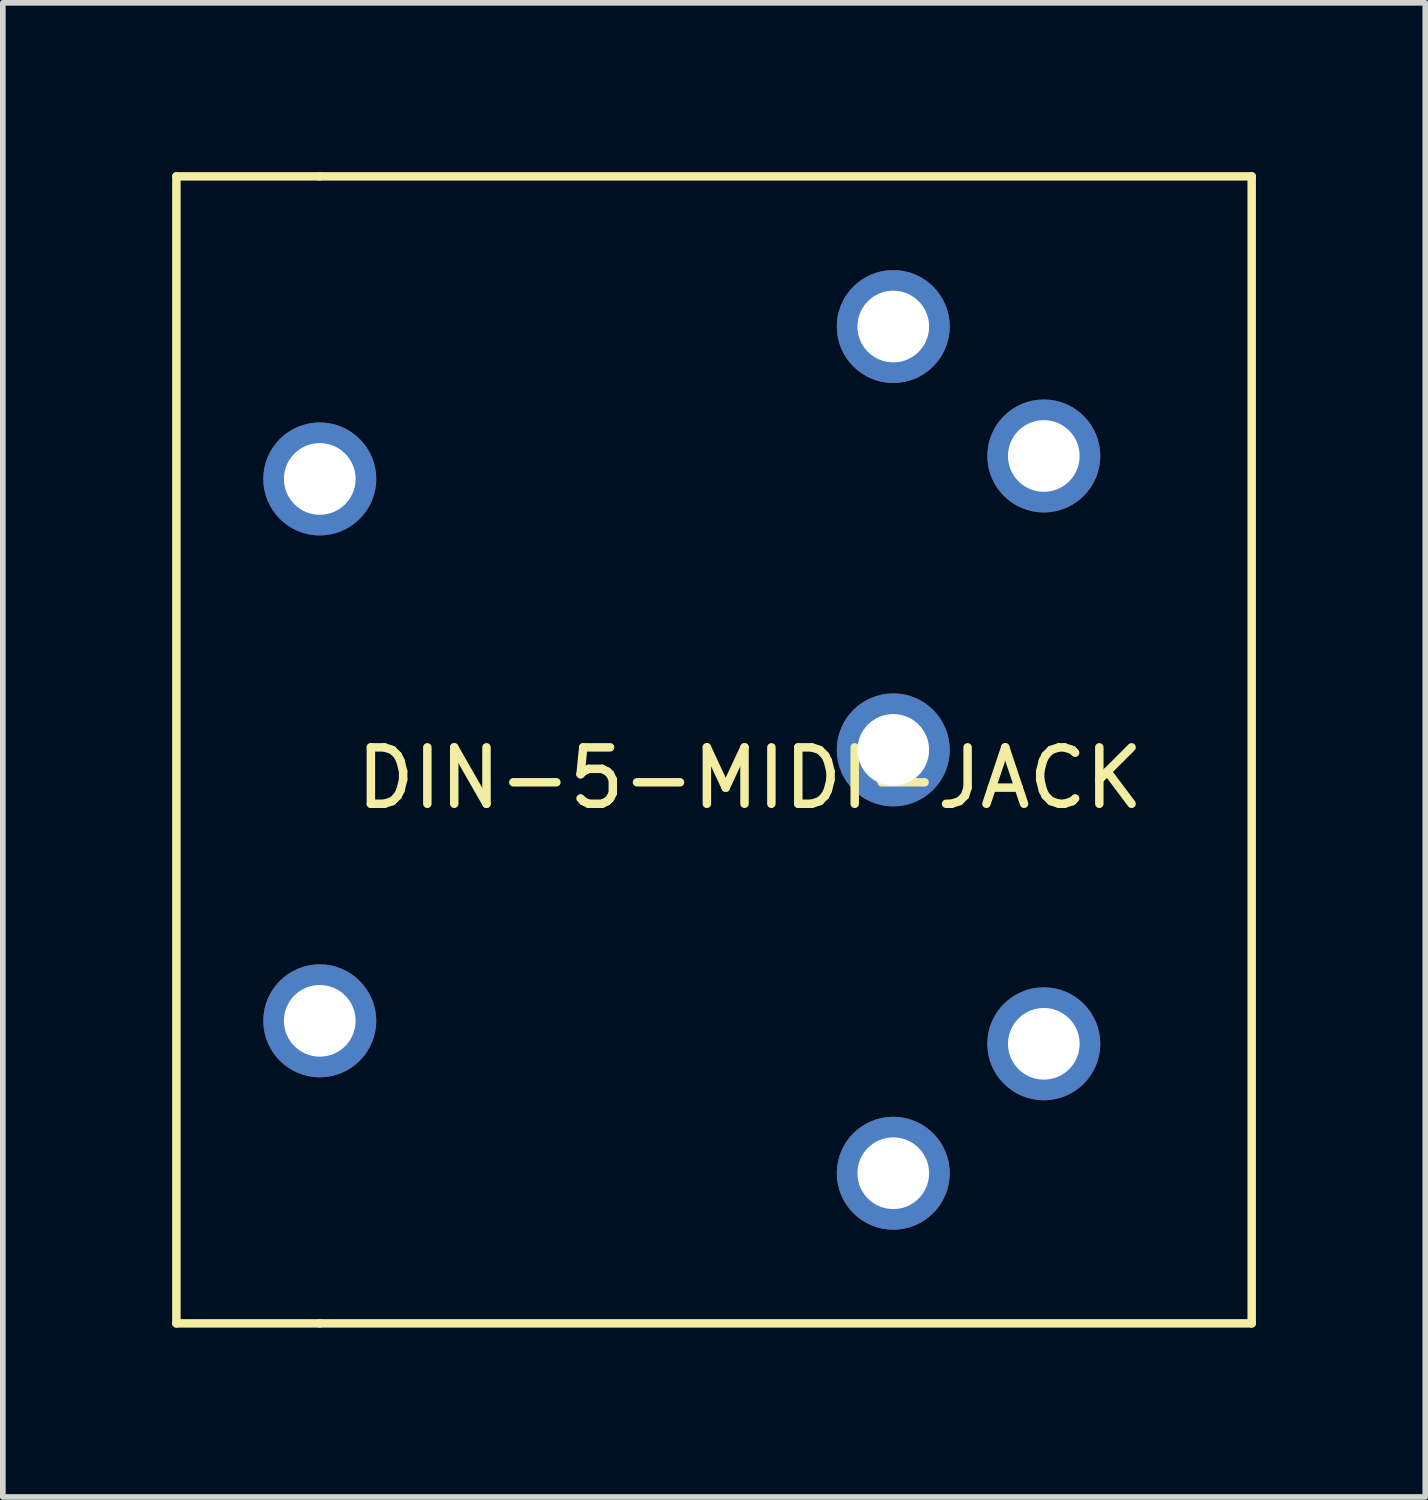
<source format=kicad_pcb>
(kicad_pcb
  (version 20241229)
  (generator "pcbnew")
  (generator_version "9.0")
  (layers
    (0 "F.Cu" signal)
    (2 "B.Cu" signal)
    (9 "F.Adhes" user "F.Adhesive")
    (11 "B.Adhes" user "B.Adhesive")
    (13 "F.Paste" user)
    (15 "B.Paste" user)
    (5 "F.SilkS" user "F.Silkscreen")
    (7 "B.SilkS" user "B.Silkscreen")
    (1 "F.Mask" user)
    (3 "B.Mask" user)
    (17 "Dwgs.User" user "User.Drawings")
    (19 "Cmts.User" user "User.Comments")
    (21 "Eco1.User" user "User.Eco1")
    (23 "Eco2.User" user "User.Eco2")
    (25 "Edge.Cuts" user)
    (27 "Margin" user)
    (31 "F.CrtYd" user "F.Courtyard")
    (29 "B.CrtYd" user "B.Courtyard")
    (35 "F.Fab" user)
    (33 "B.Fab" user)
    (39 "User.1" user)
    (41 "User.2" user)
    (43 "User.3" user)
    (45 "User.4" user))
  (footprint "DIN-5-MIDI-JACK"
    (layer "F.Cu")
    (at 10.235 10.235)
    (property "Reference" "DIN-5-MIDI-JACK" (at 0 0.5 0) (layer "F.SilkS") (effects (font (size 1 1) (thickness 0.15))))
    (attr through_hole)
    (fp_line (start -10.16 10.16) (end -10.16 -10.16) (stroke (width 0.15) (type solid)) (layer "F.SilkS"))
    (fp_line (start -10.16 10.16) (end -7.62 10.16) (stroke (width 0.15) (type solid)) (layer "F.SilkS"))
    (fp_line (start -7.62 -10.16) (end -10.16 -10.16) (stroke (width 0.15) (type solid)) (layer "F.SilkS"))
    (fp_line (start -7.62 -10.16) (end 8.89 -10.16) (stroke (width 0.15) (type solid)) (layer "F.SilkS"))
    (fp_line (start 8.89 -10.16) (end 8.89 10.16) (stroke (width 0.15) (type solid)) (layer "F.SilkS"))
    (fp_line (start 8.89 10.16) (end -7.62 10.16) (stroke (width 0.15) (type solid)) (layer "F.SilkS"))
    (pad "1" thru_hole circle (at 2.54 7.5) (size 2 2) (drill 1.27) (layers "*.Cu" "*.Mask"))
    (pad "2" thru_hole circle (at -7.62 -4.8) (size 2 2) (drill 1.27) (layers "*.Cu" "*.Mask"))
    (pad "2" thru_hole circle (at -7.62 4.8) (size 2 2) (drill 1.27) (layers "*.Cu" "*.Mask"))
    (pad "2" thru_hole circle (at 2.54 0) (size 2 2) (drill 1.27) (layers "*.Cu" "*.Mask"))
    (pad "3" thru_hole circle (at 2.54 -7.5) (size 2 2) (drill 1.27) (layers "*.Cu" "*.Mask"))
    (pad "4" thru_hole circle (at 5.207 5.207) (size 2 2) (drill 1.27) (layers "*.Cu" "*.Mask"))
    (pad "5" thru_hole circle (at 5.207 -5.207) (size 2 2) (drill 1.27) (layers "*.Cu" "*.Mask")))
  (gr_rect
    (start -3 -3)
    (end 22.2 23.47)
    (stroke (width 0.1) (type default))
    (fill no)
    (layer "Edge.Cuts")))
</source>
